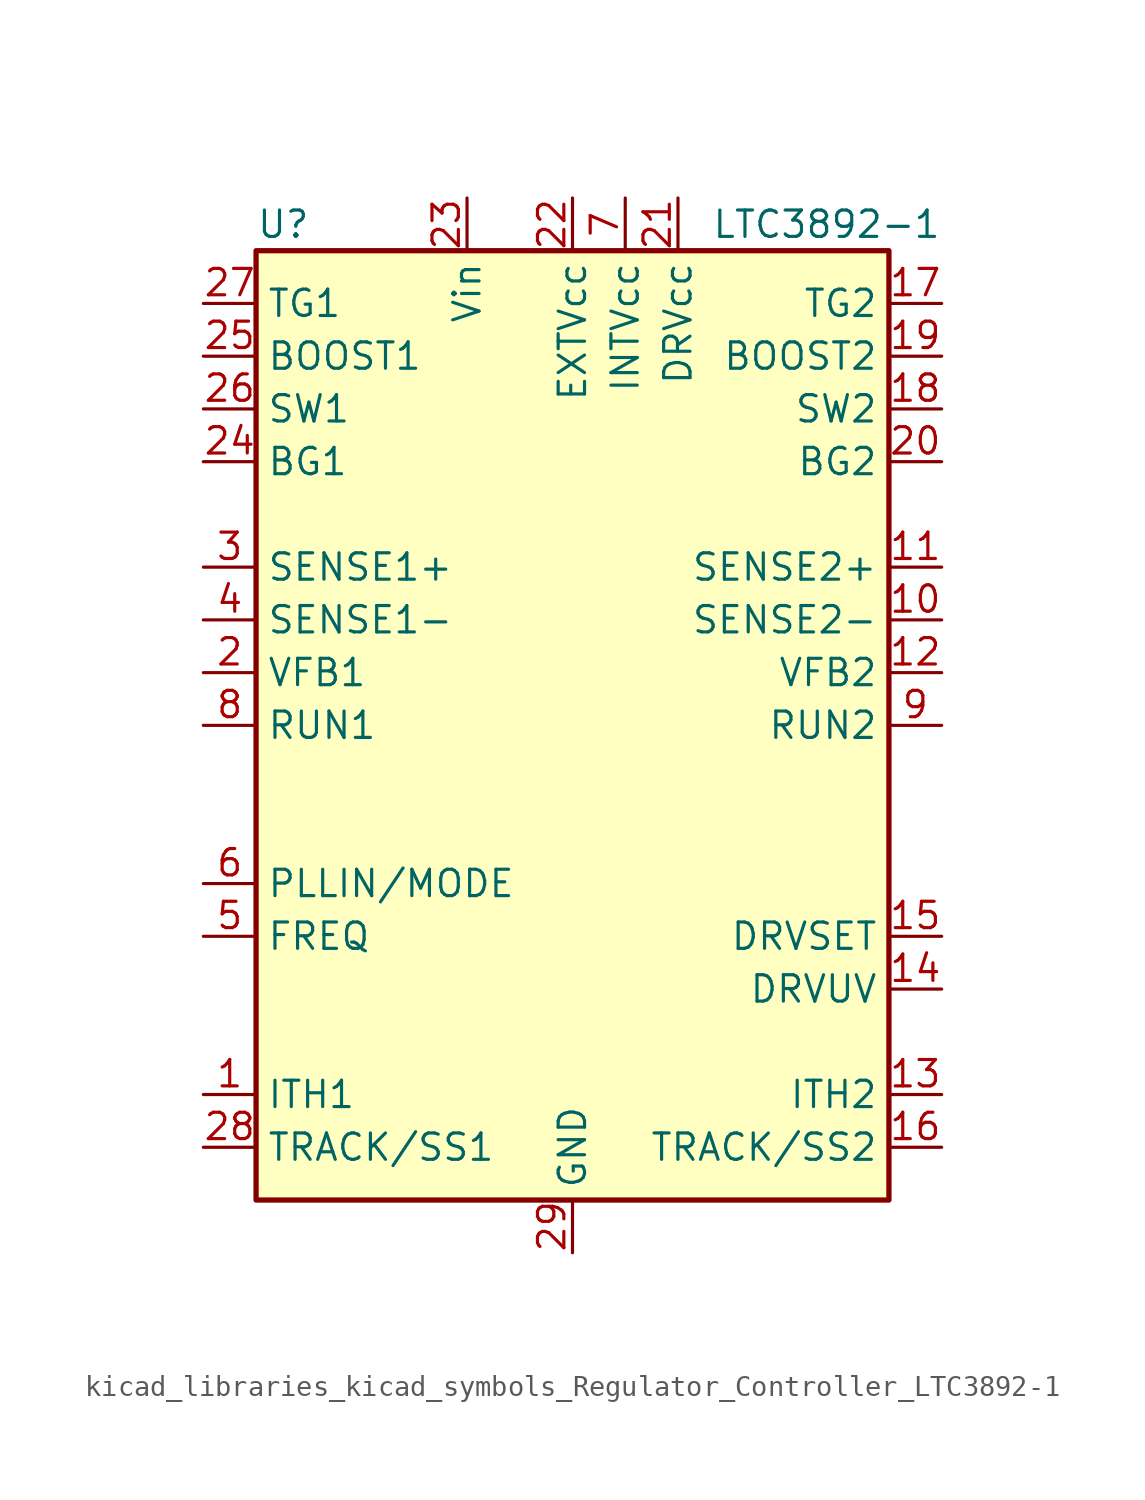
<source format=kicad_sym>
(kicad_symbol_lib
  (version 20220914)
  (generator kicad_symbol_editor)
  (symbol "kicad_libraries_kicad_symbols_Regulator_Controller_LTC3892-1"
    (property "Reference" "U"
      (at -15.24 24.13 0)
      (effects (font (size 1.27 1.27)) (justify left)))
    (property "Value" "LTC3892-1"
      (at 17.78 24.13 0)
      (effects (font (size 1.27 1.27)) (justify right)))
    (symbol "kicad_libraries_kicad_symbols_Regulator_Controller_LTC3892-1_0_1"
      (rectangle (start -15.24 22.86) (end 15.24 -22.86) (stroke (width 0.254) (type default)) (fill (type background))))
    (symbol "kicad_libraries_kicad_symbols_Regulator_Controller_LTC3892-1_1_1"
      (pin passive line (at -17.78 -17.78 0) (length 2.54) (name "ITH1" (effects (font (size 1.27 1.27)))) (number "1" (effects (font (size 1.27 1.27)))))
      (pin input line (at 17.78 5.08 180) (length 2.54) (name "SENSE2-" (effects (font (size 1.27 1.27)))) (number "10" (effects (font (size 1.27 1.27)))))
      (pin input line (at 17.78 7.62 180) (length 2.54) (name "SENSE2+" (effects (font (size 1.27 1.27)))) (number "11" (effects (font (size 1.27 1.27)))))
      (pin input line (at 17.78 2.54 180) (length 2.54) (name "VFB2" (effects (font (size 1.27 1.27)))) (number "12" (effects (font (size 1.27 1.27)))))
      (pin passive line (at 17.78 -17.78 180) (length 2.54) (name "ITH2" (effects (font (size 1.27 1.27)))) (number "13" (effects (font (size 1.27 1.27)))))
      (pin input line (at 17.78 -12.7 180) (length 2.54) (name "DRVUV" (effects (font (size 1.27 1.27)))) (number "14" (effects (font (size 1.27 1.27)))))
      (pin input line (at 17.78 -10.16 180) (length 2.54) (name "DRVSET" (effects (font (size 1.27 1.27)))) (number "15" (effects (font (size 1.27 1.27)))))
      (pin input line (at 17.78 -20.32 180) (length 2.54) (name "TRACK/SS2" (effects (font (size 1.27 1.27)))) (number "16" (effects (font (size 1.27 1.27)))))
      (pin output line (at 17.78 20.32 180) (length 2.54) (name "TG2" (effects (font (size 1.27 1.27)))) (number "17" (effects (font (size 1.27 1.27)))))
      (pin output line (at 17.78 15.24 180) (length 2.54) (name "SW2" (effects (font (size 1.27 1.27)))) (number "18" (effects (font (size 1.27 1.27)))))
      (pin output line (at 17.78 17.78 180) (length 2.54) (name "BOOST2" (effects (font (size 1.27 1.27)))) (number "19" (effects (font (size 1.27 1.27)))))
      (pin input line (at -17.78 2.54 0) (length 2.54) (name "VFB1" (effects (font (size 1.27 1.27)))) (number "2" (effects (font (size 1.27 1.27)))))
      (pin output line (at 17.78 12.7 180) (length 2.54) (name "BG2" (effects (font (size 1.27 1.27)))) (number "20" (effects (font (size 1.27 1.27)))))
      (pin power_out line (at 5.08 25.4 270) (length 2.54) (name "DRVcc" (effects (font (size 1.27 1.27)))) (number "21" (effects (font (size 1.27 1.27)))))
      (pin power_in line (at 0 25.4 270) (length 2.54) (name "EXTVcc" (effects (font (size 1.27 1.27)))) (number "22" (effects (font (size 1.27 1.27)))))
      (pin power_in line (at -5.08 25.4 270) (length 2.54) (name "Vin" (effects (font (size 1.27 1.27)))) (number "23" (effects (font (size 1.27 1.27)))))
      (pin output line (at -17.78 12.7 0) (length 2.54) (name "BG1" (effects (font (size 1.27 1.27)))) (number "24" (effects (font (size 1.27 1.27)))))
      (pin output line (at -17.78 17.78 0) (length 2.54) (name "BOOST1" (effects (font (size 1.27 1.27)))) (number "25" (effects (font (size 1.27 1.27)))))
      (pin output line (at -17.78 15.24 0) (length 2.54) (name "SW1" (effects (font (size 1.27 1.27)))) (number "26" (effects (font (size 1.27 1.27)))))
      (pin output line (at -17.78 20.32 0) (length 2.54) (name "TG1" (effects (font (size 1.27 1.27)))) (number "27" (effects (font (size 1.27 1.27)))))
      (pin input line (at -17.78 -20.32 0) (length 2.54) (name "TRACK/SS1" (effects (font (size 1.27 1.27)))) (number "28" (effects (font (size 1.27 1.27)))))
      (pin power_in line (at 0 -25.4 90) (length 2.54) (name "GND" (effects (font (size 1.27 1.27)))) (number "29" (effects (font (size 1.27 1.27)))))
      (pin input line (at -17.78 7.62 0) (length 2.54) (name "SENSE1+" (effects (font (size 1.27 1.27)))) (number "3" (effects (font (size 1.27 1.27)))))
      (pin input line (at -17.78 5.08 0) (length 2.54) (name "SENSE1-" (effects (font (size 1.27 1.27)))) (number "4" (effects (font (size 1.27 1.27)))))
      (pin input line (at -17.78 -10.16 0) (length 2.54) (name "FREQ" (effects (font (size 1.27 1.27)))) (number "5" (effects (font (size 1.27 1.27)))))
      (pin input line (at -17.78 -7.62 0) (length 2.54) (name "PLLIN/MODE" (effects (font (size 1.27 1.27)))) (number "6" (effects (font (size 1.27 1.27)))))
      (pin power_out line (at 2.54 25.4 270) (length 2.54) (name "INTVcc" (effects (font (size 1.27 1.27)))) (number "7" (effects (font (size 1.27 1.27)))))
      (pin input line (at -17.78 0 0) (length 2.54) (name "RUN1" (effects (font (size 1.27 1.27)))) (number "8" (effects (font (size 1.27 1.27)))))
      (pin input line (at 17.78 0 180) (length 2.54) (name "RUN2" (effects (font (size 1.27 1.27)))) (number "9" (effects (font (size 1.27 1.27))))))))
</source>
